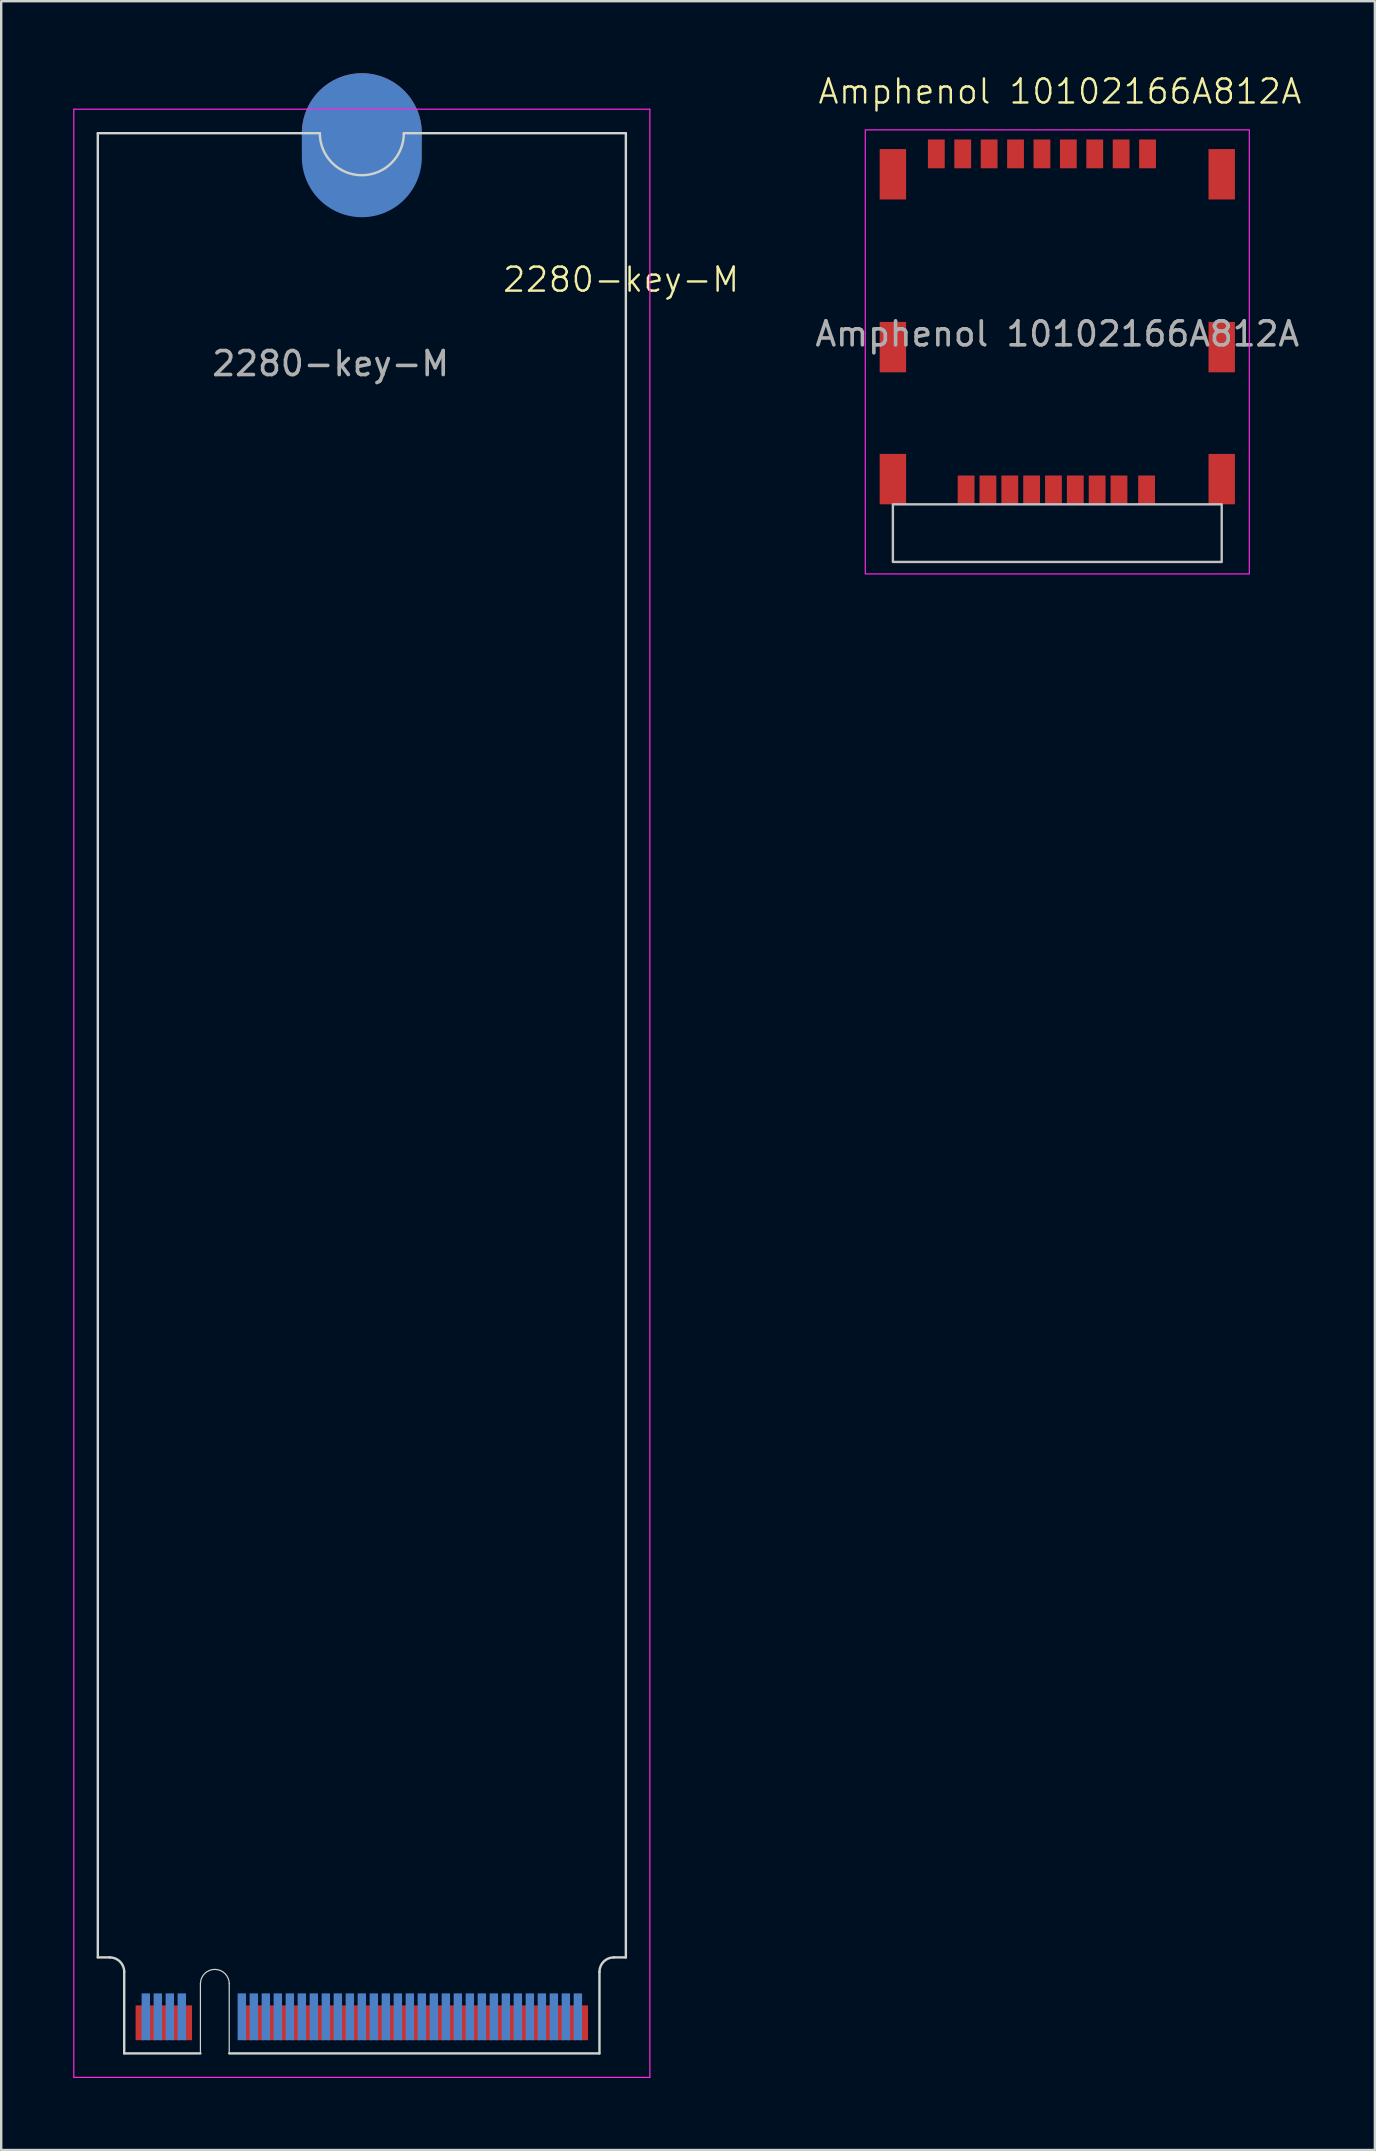
<source format=kicad_pcb>
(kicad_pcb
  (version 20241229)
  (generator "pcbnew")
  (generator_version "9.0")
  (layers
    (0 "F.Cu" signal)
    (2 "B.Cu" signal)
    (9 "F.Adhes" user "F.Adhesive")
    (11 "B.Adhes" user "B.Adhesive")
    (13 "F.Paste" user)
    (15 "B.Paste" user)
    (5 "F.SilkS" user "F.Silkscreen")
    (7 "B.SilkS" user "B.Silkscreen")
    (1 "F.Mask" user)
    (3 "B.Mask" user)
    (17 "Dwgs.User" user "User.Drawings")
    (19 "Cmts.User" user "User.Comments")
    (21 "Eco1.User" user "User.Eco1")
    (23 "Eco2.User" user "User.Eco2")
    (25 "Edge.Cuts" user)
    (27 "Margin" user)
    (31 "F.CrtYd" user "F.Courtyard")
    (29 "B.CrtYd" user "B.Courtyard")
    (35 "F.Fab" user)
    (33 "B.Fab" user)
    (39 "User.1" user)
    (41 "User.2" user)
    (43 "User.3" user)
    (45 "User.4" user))
  (footprint "2280-key-M"
    (layer "F.Cu")
    (at 12.025 1.5)
    (property "Reference" "2280-key-M" (at 10.8 7.1 0) (unlocked yes) (layer "F.SilkS") (effects (font (size 1 1) (thickness 0.1))))
    (attr smd)
    (fp_line (start -11 1) (end -11 77) (stroke (width 0.1) (type solid)) (layer "Edge.Cuts"))
    (fp_line (start -11 1) (end -1.75 1) (stroke (width 0.1) (type default)) (layer "Edge.Cuts"))
    (fp_line (start -11 77) (end -10.5 77) (stroke (width 0.1) (type default)) (layer "Edge.Cuts"))
    (fp_line (start -9.9 77.6) (end -9.9 81) (stroke (width 0.1) (type default)) (layer "Edge.Cuts"))
    (fp_line (start -9.9 81) (end -6.725 81) (stroke (width 0.1) (type solid)) (layer "Edge.Cuts"))
    (fp_line (start -6.725 81) (end -6.725 78.1) (stroke (width 0.05) (type default)) (layer "Edge.Cuts"))
    (fp_line (start -5.525 78.1) (end -5.525 81) (stroke (width 0.05) (type default)) (layer "Edge.Cuts"))
    (fp_line (start -5.525 81) (end 9.9 81) (stroke (width 0.1) (type solid)) (layer "Edge.Cuts"))
    (fp_line (start 9.9 77.6) (end 9.9 81) (stroke (width 0.1) (type default)) (layer "Edge.Cuts"))
    (fp_line (start 11 1) (end 1.75 1) (stroke (width 0.1) (type default)) (layer "Edge.Cuts"))
    (fp_line (start 11 1) (end 11 77) (stroke (width 0.1) (type solid)) (layer "Edge.Cuts"))
    (fp_line (start 11 77) (end 10.5 77) (stroke (width 0.1) (type default)) (layer "Edge.Cuts"))
    (fp_arc (start -10.5 77) (mid -10.075736 77.175736) (end -9.9 77.6) (stroke (width 0.1) (type default)) (layer "Edge.Cuts"))
    (fp_arc (start -6.725 78.1) (mid -6.125 77.5) (end -5.525 78.1) (stroke (width 0.05) (type default)) (layer "Edge.Cuts"))
    (fp_arc (start 1.75 1) (mid 0 2.75) (end -1.75 1) (stroke (width 0.1) (type default)) (layer "Edge.Cuts"))
    (fp_arc (start 9.9 77.6) (mid 10.075736 77.175736) (end 10.5 77) (stroke (width 0.1) (type default)) (layer "Edge.Cuts"))
    (fp_line (start -12 0) (end -12 82) (stroke (width 0.05) (type solid)) (layer "F.CrtYd"))
    (fp_line (start -12 82) (end 12 82) (stroke (width 0.05) (type default)) (layer "F.CrtYd"))
    (fp_line (start 12 0) (end -12 0) (stroke (width 0.05) (type default)) (layer "F.CrtYd"))
    (fp_line (start 12 82) (end 12 0) (stroke (width 0.05) (type solid)) (layer "F.CrtYd"))
    (fp_text user "${REFERENCE}" (at -1.3 10.6 0) (unlocked yes) (layer "F.Fab") (effects (font (size 1 1) (thickness 0.15))))
    (pad "1" connect rect (at 9.25 79.725) (size 0.35 1.45) (layers "F.Cu" "F.Mask"))
    (pad "2" connect rect (at 9 79.475) (size 0.35 1.95) (layers "B.Cu" "B.Mask"))
    (pad "3" connect rect (at 8.75 79.725) (size 0.35 1.45) (layers "F.Cu" "F.Mask"))
    (pad "4" connect rect (at 8.5 79.475) (size 0.35 1.95) (layers "B.Cu" "B.Mask"))
    (pad "5" connect rect (at 8.25 79.725) (size 0.35 1.45) (layers "F.Cu" "F.Mask"))
    (pad "6" connect rect (at 8 79.475) (size 0.35 1.95) (layers "B.Cu" "B.Mask"))
    (pad "7" connect rect (at 7.75 79.725) (size 0.35 1.45) (layers "F.Cu" "F.Mask"))
    (pad "8" connect rect (at 7.5 79.475) (size 0.35 1.95) (layers "B.Cu" "B.Mask"))
    (pad "9" connect rect (at 7.25 79.725) (size 0.35 1.45) (layers "F.Cu" "F.Mask"))
    (pad "10" connect rect (at 7 79.475) (size 0.35 1.95) (layers "B.Cu" "B.Mask"))
    (pad "11" connect rect (at 6.75 79.725) (size 0.35 1.45) (layers "F.Cu" "F.Mask"))
    (pad "12" connect rect (at 6.5 79.475) (size 0.35 1.95) (layers "B.Cu" "B.Mask"))
    (pad "13" connect rect (at 6.25 79.725) (size 0.35 1.45) (layers "F.Cu" "F.Mask"))
    (pad "14" connect rect (at 6 79.475) (size 0.35 1.95) (layers "B.Cu" "B.Mask"))
    (pad "15" connect rect (at 5.75 79.725) (size 0.35 1.45) (layers "F.Cu" "F.Mask"))
    (pad "16" connect rect (at 5.5 79.475) (size 0.35 1.95) (layers "B.Cu" "B.Mask"))
    (pad "17" connect rect (at 5.25 79.725) (size 0.35 1.45) (layers "F.Cu" "F.Mask"))
    (pad "18" connect rect (at 5 79.475) (size 0.35 1.95) (layers "B.Cu" "B.Mask"))
    (pad "19" connect rect (at 4.75 79.725) (size 0.35 1.45) (layers "F.Cu" "F.Mask"))
    (pad "20" connect rect (at 4.5 79.475) (size 0.35 1.95) (layers "B.Cu" "B.Mask"))
    (pad "21" connect rect (at 4.25 79.725) (size 0.35 1.45) (layers "F.Cu" "F.Mask"))
    (pad "22" connect rect (at 4 79.475) (size 0.35 1.95) (layers "B.Cu" "B.Mask"))
    (pad "23" connect rect (at 3.75 79.725) (size 0.35 1.45) (layers "F.Cu" "F.Mask"))
    (pad "24" connect rect (at 3.5 79.475) (size 0.35 1.95) (layers "B.Cu" "B.Mask"))
    (pad "25" connect rect (at 3.25 79.725) (size 0.35 1.45) (layers "F.Cu" "F.Mask"))
    (pad "26" connect rect (at 3 79.475) (size 0.35 1.95) (layers "B.Cu" "B.Mask"))
    (pad "27" connect rect (at 2.75 79.725) (size 0.35 1.45) (layers "F.Cu" "F.Mask"))
    (pad "28" connect rect (at 2.5 79.475) (size 0.35 1.95) (layers "B.Cu" "B.Mask"))
    (pad "29" connect rect (at 2.25 79.725) (size 0.35 1.45) (layers "F.Cu" "F.Mask"))
    (pad "30" connect rect (at 2 79.475) (size 0.35 1.95) (layers "B.Cu" "B.Mask"))
    (pad "31" connect rect (at 1.75 79.725) (size 0.35 1.45) (layers "F.Cu" "F.Mask"))
    (pad "32" connect rect (at 1.5 79.475) (size 0.35 1.95) (layers "B.Cu" "B.Mask"))
    (pad "33" connect rect (at 1.25 79.725) (size 0.35 1.45) (layers "F.Cu" "F.Mask"))
    (pad "34" connect rect (at 1 79.475) (size 0.35 1.95) (layers "B.Cu" "B.Mask"))
    (pad "35" connect rect (at 0.75 79.725) (size 0.35 1.45) (layers "F.Cu" "F.Mask"))
    (pad "36" connect rect (at 0.5 79.475) (size 0.35 1.95) (layers "B.Cu" "B.Mask"))
    (pad "37" connect rect (at 0.25 79.725) (size 0.35 1.45) (layers "F.Cu" "F.Mask"))
    (pad "38" connect rect (at 0 79.475) (size 0.35 1.95) (layers "B.Cu" "B.Mask"))
    (pad "39" connect rect (at -0.25 79.725) (size 0.35 1.45) (layers "F.Cu" "F.Mask"))
    (pad "40" connect rect (at -0.5 79.475) (size 0.35 1.95) (layers "B.Cu" "B.Mask"))
    (pad "41" connect rect (at -0.75 79.725) (size 0.35 1.45) (layers "F.Cu" "F.Mask"))
    (pad "42" connect rect (at -1 79.475) (size 0.35 1.95) (layers "B.Cu" "B.Mask"))
    (pad "43" connect rect (at -1.25 79.725) (size 0.35 1.45) (layers "F.Cu" "F.Mask"))
    (pad "44" connect rect (at -1.5 79.475) (size 0.35 1.95) (layers "B.Cu" "B.Mask"))
    (pad "45" connect rect (at -1.75 79.725) (size 0.35 1.45) (layers "F.Cu" "F.Mask"))
    (pad "46" connect rect (at -2 79.475) (size 0.35 1.95) (layers "B.Cu" "B.Mask"))
    (pad "47" connect rect (at -2.25 79.725) (size 0.35 1.45) (layers "F.Cu" "F.Mask"))
    (pad "48" connect rect (at -2.5 79.475) (size 0.35 1.95) (layers "B.Cu" "B.Mask"))
    (pad "49" connect rect (at -2.75 79.725) (size 0.35 1.45) (layers "F.Cu" "F.Mask"))
    (pad "50" connect rect (at -3 79.475) (size 0.35 1.95) (layers "B.Cu" "B.Mask"))
    (pad "51" connect rect (at -3.25 79.725) (size 0.35 1.45) (layers "F.Cu" "F.Mask"))
    (pad "52" connect rect (at -3.5 79.475) (size 0.35 1.95) (layers "B.Cu" "B.Mask"))
    (pad "53" connect rect (at -3.75 79.725) (size 0.35 1.45) (layers "F.Cu" "F.Mask"))
    (pad "54" connect rect (at -4 79.475) (size 0.35 1.95) (layers "B.Cu" "B.Mask"))
    (pad "55" connect rect (at -4.25 79.725) (size 0.35 1.45) (layers "F.Cu" "F.Mask"))
    (pad "56" connect rect (at -4.5 79.475) (size 0.35 1.95) (layers "B.Cu" "B.Mask"))
    (pad "57" connect rect (at -4.75 79.725) (size 0.35 1.45) (layers "F.Cu" "F.Mask"))
    (pad "58" connect rect (at -5 79.475) (size 0.35 1.95) (layers "B.Cu" "B.Mask"))
    (pad "67" connect rect (at -7.25 79.725) (size 0.35 1.45) (layers "F.Cu" "F.Mask"))
    (pad "68" connect rect (at -7.5 79.475) (size 0.35 1.95) (layers "B.Cu" "B.Mask"))
    (pad "69" connect rect (at -7.75 79.725) (size 0.35 1.45) (layers "F.Cu" "F.Mask"))
    (pad "70" connect rect (at -8 79.475) (size 0.35 1.95) (layers "B.Cu" "B.Mask"))
    (pad "71" connect rect (at -8.25 79.725) (size 0.35 1.45) (layers "F.Cu" "F.Mask"))
    (pad "72" connect rect (at -8.5 79.475) (size 0.35 1.95) (layers "B.Cu" "B.Mask"))
    (pad "73" connect rect (at -8.75 79.725) (size 0.35 1.45) (layers "F.Cu" "F.Mask"))
    (pad "74" connect rect (at -9 79.475) (size 0.35 1.95) (layers "B.Cu" "B.Mask"))
    (pad "75" connect rect (at -9.25 79.725) (size 0.35 1.45) (layers "F.Cu" "F.Mask"))
    (pad "76" connect circle (at 0 1) (size 5 5) (layers "F.Cu" "F.Mask"))
    (pad "77" connect oval (at 0 1.5) (size 5 6) (layers "B.Cu" "B.Mask")))
  (footprint "Amphenol 10102166A812A"
    (layer "F.Cu")
    (at 41 3.361)
    (property "Reference" "Amphenol 10102166A812A" (at 0.11 -2.6 0) (unlocked yes) (layer "F.SilkS") (effects (font (size 1 1) (thickness 0.1))))
    (attr smd)
    (fp_rect (start -6.85 14.6) (end 6.85 17) (stroke (width 0.1) (type solid)) (fill no) (layer "Dwgs.User"))
    (fp_rect (start -8 -1) (end 8 17.5) (stroke (width 0.05) (type default)) (fill no) (layer "F.CrtYd"))
    (fp_text user "${REFERENCE}" (at 0 7.5 0) (unlocked yes) (layer "F.Fab") (effects (font (size 1 1) (thickness 0.15))))
    (pad "1" smd rect (at 3.76 0) (size 0.7 1.2) (layers "F.Cu" "F.Mask" "F.Paste"))
    (pad "2" smd rect (at 2.66 0) (size 0.7 1.2) (layers "F.Cu" "F.Mask" "F.Paste"))
    (pad "3" smd rect (at 1.56 0) (size 0.7 1.2) (layers "F.Cu" "F.Mask" "F.Paste"))
    (pad "4" smd rect (at 0.46 0) (size 0.7 1.2) (layers "F.Cu" "F.Mask" "F.Paste"))
    (pad "5" smd rect (at -0.64 0) (size 0.7 1.2) (layers "F.Cu" "F.Mask" "F.Paste"))
    (pad "6" smd rect (at -6.85 0.85) (size 1.1 2.1) (layers "F.Cu" "F.Mask" "F.Paste"))
    (pad "6" smd rect (at -6.85 8.05) (size 1.1 2.1) (layers "F.Cu" "F.Mask" "F.Paste"))
    (pad "6" smd rect (at -6.85 13.55) (size 1.1 2.1) (layers "F.Cu" "F.Mask" "F.Paste"))
    (pad "6" smd rect (at -1.74 0) (size 0.7 1.2) (layers "F.Cu" "F.Mask" "F.Paste"))
    (pad "6" smd rect (at 6.85 0.85) (size 1.1 2.1) (layers "F.Cu" "F.Mask" "F.Paste"))
    (pad "6" smd rect (at 6.85 8.05) (size 1.1 2.1) (layers "F.Cu" "F.Mask" "F.Paste"))
    (pad "6" smd rect (at 6.85 13.55) (size 1.1 2.1) (layers "F.Cu" "F.Mask" "F.Paste"))
    (pad "7" smd rect (at -2.84 0) (size 0.7 1.2) (layers "F.Cu" "F.Mask" "F.Paste"))
    (pad "8" smd rect (at -3.94 0) (size 0.7 1.2) (layers "F.Cu" "F.Mask" "F.Paste"))
    (pad "9" smd rect (at 3.72 14) (size 0.7 1.2) (layers "F.Cu" "F.Mask" "F.Paste"))
    (pad "10" smd rect (at 1.66 14) (size 0.7 1.2) (layers "F.Cu" "F.Mask" "F.Paste"))
    (pad "11" smd rect (at 0.75 14) (size 0.7 1.2) (layers "F.Cu" "F.Mask" "F.Paste"))
    (pad "12" smd rect (at -0.16 14) (size 0.7 1.2) (layers "F.Cu" "F.Mask" "F.Paste"))
    (pad "13" smd rect (at -1.07 14) (size 0.7 1.2) (layers "F.Cu" "F.Mask" "F.Paste"))
    (pad "14" smd rect (at -1.98 14) (size 0.7 1.2) (layers "F.Cu" "F.Mask" "F.Paste"))
    (pad "15" smd rect (at -2.89 14) (size 0.7 1.2) (layers "F.Cu" "F.Mask" "F.Paste"))
    (pad "16" smd rect (at -3.8 14) (size 0.7 1.2) (layers "F.Cu" "F.Mask" "F.Paste"))
    (pad "17" smd rect (at 2.57 14) (size 0.7 1.2) (layers "F.Cu" "F.Mask" "F.Paste"))
    (pad "18" smd rect (at -5.04 0) (size 0.7 1.2) (layers "F.Cu" "F.Mask" "F.Paste"))
    (zone (net_name "") (layer "F.Cu") (hatch edge 0.5) (connect_pads) (min_thickness 0.25) (filled_areas_thickness no) (keepout (tracks not_allowed) (vias not_allowed) (pads not_allowed) (copperpour not_allowed) (footprints allowed)) (placement (enabled no)) (fill) (polygon (pts (xy 35 4.21) (xy 35 5.511) (xy 34.25 5.511) (xy 34.25 10.011) (xy 35 10.011) (xy 35 12.71) (xy 34.25 12.71) (xy 34.25 15.511) (xy 35 15.511) (xy 35 16.41) (xy 47 16.41) (xy 47 15.511) (xy 47.75 15.511) (xy 47.75 12.71) (xy 47 12.71) (xy 47 10.011) (xy 47.75 10.011) (xy 47.75 5.511) (xy 47 5.511) (xy 47 4.21)))))
  (gr_rect
    (start -3 -3)
    (end 54.231 86.525)
    (stroke (width 0.1) (type default))
    (fill no)
    (layer "Edge.Cuts")))
</source>
